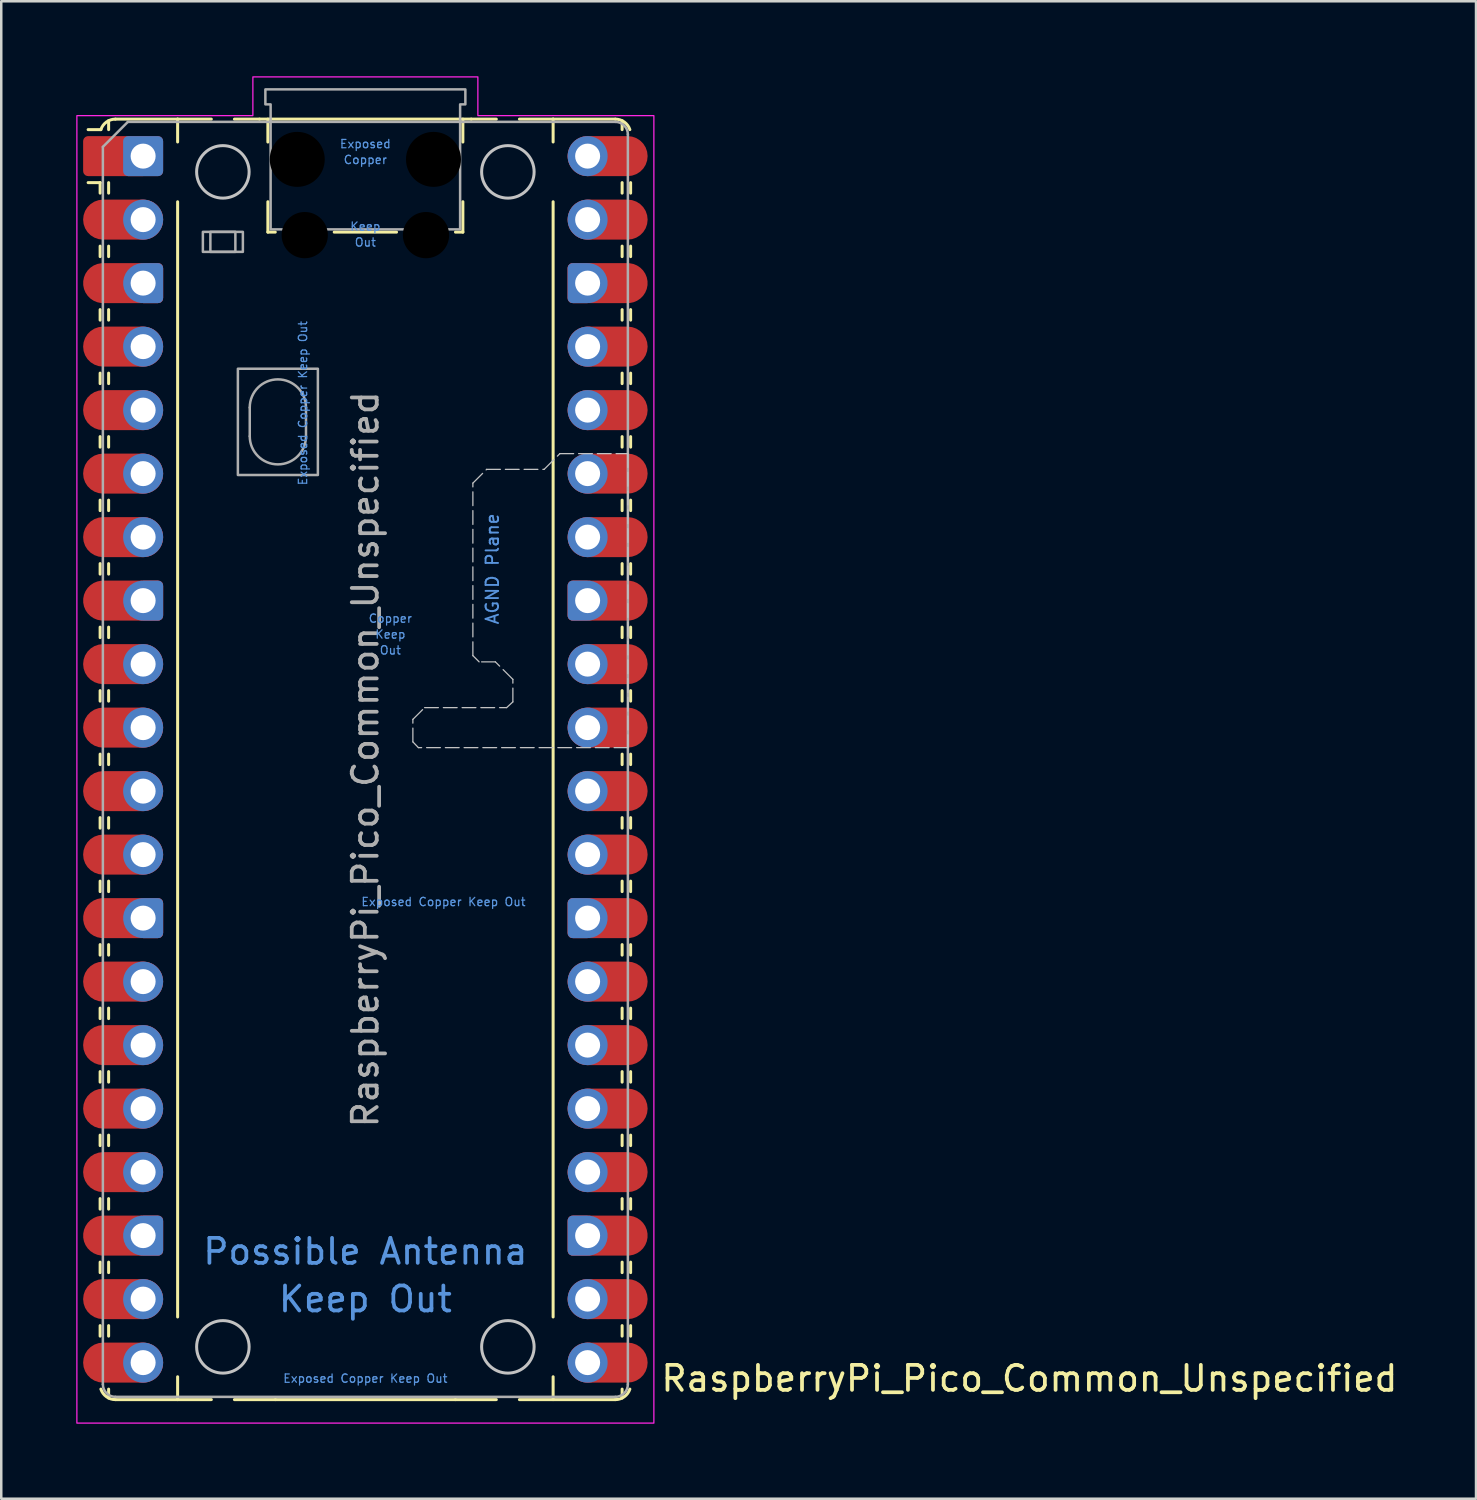
<source format=kicad_pcb>
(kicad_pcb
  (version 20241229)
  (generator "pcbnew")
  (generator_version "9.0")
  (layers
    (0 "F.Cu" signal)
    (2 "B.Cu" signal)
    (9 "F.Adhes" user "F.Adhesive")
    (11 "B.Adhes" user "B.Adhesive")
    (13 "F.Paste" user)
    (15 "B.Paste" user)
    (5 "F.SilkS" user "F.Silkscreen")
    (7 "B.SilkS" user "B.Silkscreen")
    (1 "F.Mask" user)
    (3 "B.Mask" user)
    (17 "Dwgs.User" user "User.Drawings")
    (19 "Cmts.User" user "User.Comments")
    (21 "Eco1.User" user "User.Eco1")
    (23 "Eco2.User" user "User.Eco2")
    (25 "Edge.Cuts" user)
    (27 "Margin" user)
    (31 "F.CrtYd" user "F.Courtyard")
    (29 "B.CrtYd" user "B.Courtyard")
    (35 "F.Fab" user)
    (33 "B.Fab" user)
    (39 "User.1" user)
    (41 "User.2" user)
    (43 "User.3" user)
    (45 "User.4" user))
  (footprint "RaspberryPi_Pico_Common_Unspecified"
    (layer "F.Cu")
    (at 11.565 27.325)
    (property "Reference" "RaspberryPi_Pico_Common_Unspecified" (at 11.748 24.765 0) (unlocked yes) (layer "F.SilkS") (effects (font (size 1 1) (thickness 0.15)) (justify left)))
    (attr through_hole)
    (fp_line (start -10.61 -23.07) (end -11.09 -23.07) (stroke (width 0.12) (type solid)) (layer "F.SilkS"))
    (fp_line (start -10.61 -23.07) (end -10.61 -22.65) (stroke (width 0.12) (type solid)) (layer "F.SilkS"))
    (fp_line (start -10.61 -20.53) (end -10.61 -20.11) (stroke (width 0.12) (type solid)) (layer "F.SilkS"))
    (fp_line (start -10.61 -17.99) (end -10.61 -17.57) (stroke (width 0.12) (type solid)) (layer "F.SilkS"))
    (fp_line (start -10.61 -15.45) (end -10.61 -15.03) (stroke (width 0.12) (type solid)) (layer "F.SilkS"))
    (fp_line (start -10.61 -12.91) (end -10.61 -12.49) (stroke (width 0.12) (type solid)) (layer "F.SilkS"))
    (fp_line (start -10.61 -10.37) (end -10.61 -9.95) (stroke (width 0.12) (type solid)) (layer "F.SilkS"))
    (fp_line (start -10.61 -7.83) (end -10.61 -7.41) (stroke (width 0.12) (type solid)) (layer "F.SilkS"))
    (fp_line (start -10.61 -5.29) (end -10.61 -4.87) (stroke (width 0.12) (type solid)) (layer "F.SilkS"))
    (fp_line (start -10.61 -2.75) (end -10.61 -2.33) (stroke (width 0.12) (type solid)) (layer "F.SilkS"))
    (fp_line (start -10.61 -0.21) (end -10.61 0.21) (stroke (width 0.12) (type solid)) (layer "F.SilkS"))
    (fp_line (start -10.61 2.33) (end -10.61 2.75) (stroke (width 0.12) (type solid)) (layer "F.SilkS"))
    (fp_line (start -10.61 4.87) (end -10.61 5.29) (stroke (width 0.12) (type solid)) (layer "F.SilkS"))
    (fp_line (start -10.61 7.41) (end -10.61 7.83) (stroke (width 0.12) (type solid)) (layer "F.SilkS"))
    (fp_line (start -10.61 9.95) (end -10.61 10.37) (stroke (width 0.12) (type solid)) (layer "F.SilkS"))
    (fp_line (start -10.61 12.49) (end -10.61 12.91) (stroke (width 0.12) (type solid)) (layer "F.SilkS"))
    (fp_line (start -10.61 15.03) (end -10.61 15.45) (stroke (width 0.12) (type solid)) (layer "F.SilkS"))
    (fp_line (start -10.61 17.57) (end -10.61 17.99) (stroke (width 0.12) (type solid)) (layer "F.SilkS"))
    (fp_line (start -10.61 20.11) (end -10.61 20.53) (stroke (width 0.12) (type solid)) (layer "F.SilkS"))
    (fp_line (start -10.61 22.65) (end -10.61 23.07) (stroke (width 0.12) (type solid)) (layer "F.SilkS"))
    (fp_line (start -10.58 -25.19) (end -11.09 -25.19) (stroke (width 0.12) (type solid)) (layer "F.SilkS"))
    (fp_line (start -10.27 -25.19) (end -10.27 -25.547) (stroke (width 0.12) (type solid)) (layer "F.SilkS"))
    (fp_line (start -10.27 -23.07) (end -10.27 -22.65) (stroke (width 0.12) (type solid)) (layer "F.SilkS"))
    (fp_line (start -10.27 -20.53) (end -10.27 -20.11) (stroke (width 0.12) (type solid)) (layer "F.SilkS"))
    (fp_line (start -10.27 -17.99) (end -10.27 -17.57) (stroke (width 0.12) (type solid)) (layer "F.SilkS"))
    (fp_line (start -10.27 -15.45) (end -10.27 -15.03) (stroke (width 0.12) (type solid)) (layer "F.SilkS"))
    (fp_line (start -10.27 -12.91) (end -10.27 -12.49) (stroke (width 0.12) (type solid)) (layer "F.SilkS"))
    (fp_line (start -10.27 -10.37) (end -10.27 -9.95) (stroke (width 0.12) (type solid)) (layer "F.SilkS"))
    (fp_line (start -10.27 -7.83) (end -10.27 -7.41) (stroke (width 0.12) (type solid)) (layer "F.SilkS"))
    (fp_line (start -10.27 -5.29) (end -10.27 -4.87) (stroke (width 0.12) (type solid)) (layer "F.SilkS"))
    (fp_line (start -10.27 -2.75) (end -10.27 -2.33) (stroke (width 0.12) (type solid)) (layer "F.SilkS"))
    (fp_line (start -10.27 -0.21) (end -10.27 0.21) (stroke (width 0.12) (type solid)) (layer "F.SilkS"))
    (fp_line (start -10.27 2.33) (end -10.27 2.75) (stroke (width 0.12) (type solid)) (layer "F.SilkS"))
    (fp_line (start -10.27 4.87) (end -10.27 5.29) (stroke (width 0.12) (type solid)) (layer "F.SilkS"))
    (fp_line (start -10.27 7.41) (end -10.27 7.83) (stroke (width 0.12) (type solid)) (layer "F.SilkS"))
    (fp_line (start -10.27 9.95) (end -10.27 10.37) (stroke (width 0.12) (type solid)) (layer "F.SilkS"))
    (fp_line (start -10.27 12.49) (end -10.27 12.91) (stroke (width 0.12) (type solid)) (layer "F.SilkS"))
    (fp_line (start -10.27 15.03) (end -10.27 15.45) (stroke (width 0.12) (type solid)) (layer "F.SilkS"))
    (fp_line (start -10.27 17.57) (end -10.27 17.99) (stroke (width 0.12) (type solid)) (layer "F.SilkS"))
    (fp_line (start -10.27 20.11) (end -10.27 20.53) (stroke (width 0.12) (type solid)) (layer "F.SilkS"))
    (fp_line (start -10.27 22.65) (end -10.27 23.07) (stroke (width 0.12) (type solid)) (layer "F.SilkS"))
    (fp_line (start -10.27 25.19) (end -10.27 25.547) (stroke (width 0.12) (type solid)) (layer "F.SilkS"))
    (fp_line (start -10 -25.61) (end -7.51 -25.61) (stroke (width 0.12) (type solid)) (layer "F.SilkS"))
    (fp_line (start -10 25.61) (end -6.162 25.61) (stroke (width 0.12) (type solid)) (layer "F.SilkS"))
    (fp_line (start -7.51 -25.61) (end -7.51 -24.696) (stroke (width 0.12) (type solid)) (layer "F.SilkS"))
    (fp_line (start -7.51 -25.61) (end -6.162 -25.61) (stroke (width 0.12) (type solid)) (layer "F.SilkS"))
    (fp_line (start -7.51 -22.304) (end -7.51 22.304) (stroke (width 0.12) (type solid)) (layer "F.SilkS"))
    (fp_line (start -7.51 24.696) (end -7.51 25.61) (stroke (width 0.12) (type solid)) (layer "F.SilkS"))
    (fp_line (start -5.238 -25.61) (end -4.235 -25.61) (stroke (width 0.12) (type solid)) (layer "F.SilkS"))
    (fp_line (start -4.235 -25.61) (end 4.235 -25.61) (stroke (width 0.12) (type solid)) (layer "F.SilkS"))
    (fp_line (start -3.9 -25.61) (end -3.9 -24.694) (stroke (width 0.12) (type solid)) (layer "F.SilkS"))
    (fp_line (start -3.9 -22.306) (end -3.9 -21.09) (stroke (width 0.12) (type solid)) (layer "F.SilkS"))
    (fp_line (start -3.9 -21.09) (end -3.604 -21.09) (stroke (width 0.12) (type solid)) (layer "F.SilkS"))
    (fp_line (start -3.6 25.61) (end -5.238 25.61) (stroke (width 0.12) (type solid)) (layer "F.SilkS"))
    (fp_line (start -1.246 -21.09) (end 1.246 -21.09) (stroke (width 0.12) (type solid)) (layer "F.SilkS"))
    (fp_line (start 3.6 25.61) (end -3.6 25.61) (stroke (width 0.12) (type solid)) (layer "F.SilkS"))
    (fp_line (start 3.604 -21.09) (end 3.9 -21.09) (stroke (width 0.12) (type solid)) (layer "F.SilkS"))
    (fp_line (start 3.9 -25.61) (end 3.9 -24.694) (stroke (width 0.12) (type solid)) (layer "F.SilkS"))
    (fp_line (start 3.9 -22.306) (end 3.9 -21.09) (stroke (width 0.12) (type solid)) (layer "F.SilkS"))
    (fp_line (start 4.235 -25.61) (end 5.238 -25.61) (stroke (width 0.12) (type solid)) (layer "F.SilkS"))
    (fp_line (start 5.238 25.61) (end 3.6 25.61) (stroke (width 0.12) (type solid)) (layer "F.SilkS"))
    (fp_line (start 6.162 -25.61) (end 7.51 -25.61) (stroke (width 0.12) (type solid)) (layer "F.SilkS"))
    (fp_line (start 6.162 25.61) (end 10 25.61) (stroke (width 0.12) (type solid)) (layer "F.SilkS"))
    (fp_line (start 7.51 -25.61) (end 7.51 -24.696) (stroke (width 0.12) (type solid)) (layer "F.SilkS"))
    (fp_line (start 7.51 -22.304) (end 7.51 22.304) (stroke (width 0.12) (type solid)) (layer "F.SilkS"))
    (fp_line (start 7.51 24.696) (end 7.51 25.61) (stroke (width 0.12) (type solid)) (layer "F.SilkS"))
    (fp_line (start 10 -25.61) (end 7.51 -25.61) (stroke (width 0.12) (type solid)) (layer "F.SilkS"))
    (fp_line (start 10.27 -25.19) (end 10.27 -25.547) (stroke (width 0.12) (type solid)) (layer "F.SilkS"))
    (fp_line (start 10.27 -23.07) (end 10.27 -22.65) (stroke (width 0.12) (type solid)) (layer "F.SilkS"))
    (fp_line (start 10.27 -20.53) (end 10.27 -20.11) (stroke (width 0.12) (type solid)) (layer "F.SilkS"))
    (fp_line (start 10.27 -17.99) (end 10.27 -17.57) (stroke (width 0.12) (type solid)) (layer "F.SilkS"))
    (fp_line (start 10.27 -15.45) (end 10.27 -15.03) (stroke (width 0.12) (type solid)) (layer "F.SilkS"))
    (fp_line (start 10.27 -12.91) (end 10.27 -12.49) (stroke (width 0.12) (type solid)) (layer "F.SilkS"))
    (fp_line (start 10.27 -10.37) (end 10.27 -9.95) (stroke (width 0.12) (type solid)) (layer "F.SilkS"))
    (fp_line (start 10.27 -7.83) (end 10.27 -7.41) (stroke (width 0.12) (type solid)) (layer "F.SilkS"))
    (fp_line (start 10.27 -5.29) (end 10.27 -4.87) (stroke (width 0.12) (type solid)) (layer "F.SilkS"))
    (fp_line (start 10.27 -2.75) (end 10.27 -2.33) (stroke (width 0.12) (type solid)) (layer "F.SilkS"))
    (fp_line (start 10.27 -0.21) (end 10.27 0.21) (stroke (width 0.12) (type solid)) (layer "F.SilkS"))
    (fp_line (start 10.27 2.33) (end 10.27 2.75) (stroke (width 0.12) (type solid)) (layer "F.SilkS"))
    (fp_line (start 10.27 4.87) (end 10.27 5.29) (stroke (width 0.12) (type solid)) (layer "F.SilkS"))
    (fp_line (start 10.27 7.41) (end 10.27 7.83) (stroke (width 0.12) (type solid)) (layer "F.SilkS"))
    (fp_line (start 10.27 9.95) (end 10.27 10.37) (stroke (width 0.12) (type solid)) (layer "F.SilkS"))
    (fp_line (start 10.27 12.49) (end 10.27 12.91) (stroke (width 0.12) (type solid)) (layer "F.SilkS"))
    (fp_line (start 10.27 15.03) (end 10.27 15.45) (stroke (width 0.12) (type solid)) (layer "F.SilkS"))
    (fp_line (start 10.27 17.57) (end 10.27 17.99) (stroke (width 0.12) (type solid)) (layer "F.SilkS"))
    (fp_line (start 10.27 20.11) (end 10.27 20.53) (stroke (width 0.12) (type solid)) (layer "F.SilkS"))
    (fp_line (start 10.27 22.65) (end 10.27 23.07) (stroke (width 0.12) (type solid)) (layer "F.SilkS"))
    (fp_line (start 10.27 25.19) (end 10.27 25.547) (stroke (width 0.12) (type solid)) (layer "F.SilkS"))
    (fp_line (start 10.61 -23.07) (end 10.61 -22.65) (stroke (width 0.12) (type solid)) (layer "F.SilkS"))
    (fp_line (start 10.61 -20.53) (end 10.61 -20.11) (stroke (width 0.12) (type solid)) (layer "F.SilkS"))
    (fp_line (start 10.61 -17.99) (end 10.61 -17.57) (stroke (width 0.12) (type solid)) (layer "F.SilkS"))
    (fp_line (start 10.61 -15.45) (end 10.61 -15.03) (stroke (width 0.12) (type solid)) (layer "F.SilkS"))
    (fp_line (start 10.61 -12.91) (end 10.61 -12.49) (stroke (width 0.12) (type solid)) (layer "F.SilkS"))
    (fp_line (start 10.61 -10.37) (end 10.61 -9.95) (stroke (width 0.12) (type solid)) (layer "F.SilkS"))
    (fp_line (start 10.61 -7.83) (end 10.61 -7.41) (stroke (width 0.12) (type solid)) (layer "F.SilkS"))
    (fp_line (start 10.61 -5.29) (end 10.61 -4.87) (stroke (width 0.12) (type solid)) (layer "F.SilkS"))
    (fp_line (start 10.61 -2.75) (end 10.61 -2.33) (stroke (width 0.12) (type solid)) (layer "F.SilkS"))
    (fp_line (start 10.61 -0.21) (end 10.61 0.21) (stroke (width 0.12) (type solid)) (layer "F.SilkS"))
    (fp_line (start 10.61 2.33) (end 10.61 2.75) (stroke (width 0.12) (type solid)) (layer "F.SilkS"))
    (fp_line (start 10.61 4.87) (end 10.61 5.29) (stroke (width 0.12) (type solid)) (layer "F.SilkS"))
    (fp_line (start 10.61 7.41) (end 10.61 7.83) (stroke (width 0.12) (type solid)) (layer "F.SilkS"))
    (fp_line (start 10.61 9.95) (end 10.61 10.37) (stroke (width 0.12) (type solid)) (layer "F.SilkS"))
    (fp_line (start 10.61 12.49) (end 10.61 12.91) (stroke (width 0.12) (type solid)) (layer "F.SilkS"))
    (fp_line (start 10.61 15.03) (end 10.61 15.45) (stroke (width 0.12) (type solid)) (layer "F.SilkS"))
    (fp_line (start 10.61 17.57) (end 10.61 17.99) (stroke (width 0.12) (type solid)) (layer "F.SilkS"))
    (fp_line (start 10.61 20.11) (end 10.61 20.53) (stroke (width 0.12) (type solid)) (layer "F.SilkS"))
    (fp_line (start 10.61 22.65) (end 10.61 23.07) (stroke (width 0.12) (type solid)) (layer "F.SilkS"))
    (fp_arc (start -10.579676 -25.19) (mid -10.357938 -25.493944) (end -10 -25.61) (stroke (width 0.12) (type solid)) (layer "F.SilkS"))
    (fp_arc (start -10 25.61) (mid -10.357937 25.493944) (end -10.579676 25.189937) (stroke (width 0.12) (type solid)) (layer "F.SilkS"))
    (fp_arc (start 10 -25.61) (mid 10.357937 -25.493944) (end 10.579676 -25.189937) (stroke (width 0.12) (type solid)) (layer "F.SilkS"))
    (fp_arc (start 10.579676 25.189937) (mid 10.357946 25.493957) (end 10 25.61) (stroke (width 0.12) (type solid)) (layer "F.SilkS"))
    (fp_circle (center -5.7 -23.5) (end -4.65 -23.5) (stroke (width 0.12) (type solid)) (fill no) (layer "Dwgs.User"))
    (fp_circle (center -5.7 23.5) (end -4.65 23.5) (stroke (width 0.12) (type solid)) (fill no) (layer "Dwgs.User"))
    (fp_circle (center 5.7 -23.5) (end 6.75 -23.5) (stroke (width 0.12) (type solid)) (fill no) (layer "Dwgs.User"))
    (fp_circle (center 5.7 23.5) (end 6.75 23.5) (stroke (width 0.12) (type solid)) (fill no) (layer "Dwgs.User"))
    (fp_poly (pts (xy 10.5 -0.47) (xy 2.12 -0.47) (xy 1.9 -0.7) (xy 1.9 -1.6) (xy 2.37 -2.07) (xy 5.65 -2.07) (xy 5.9 -2.3) (xy 5.9 -3.2) (xy 5.2 -3.9) (xy 4.55 -3.9) (xy 4.3 -4.15) (xy 4.3 -11.05) (xy 4.85 -11.6) (xy 7.15 -11.6) (xy 7.78 -12.23) (xy 10.5 -12.23)) (stroke (width 0.05) (type dash)) (fill no) (layer "Dwgs.User"))
    (fp_poly (pts (xy -4.5 -27.3) (xy 4.5 -27.3) (xy 4.5 -25.75) (xy 11.54 -25.75) (xy 11.54 26.55) (xy -11.54 26.55) (xy -11.54 -25.75) (xy -4.5 -25.75)) (stroke (width 0.05) (type solid)) (fill no) (layer "F.CrtYd"))
    (fp_line (start -10.5 -24.5) (end -9.5 -25.5) (stroke (width 0.1) (type solid)) (layer "F.Fab"))
    (fp_line (start -10.5 25) (end -10.5 -24.5) (stroke (width 0.1) (type solid)) (layer "F.Fab"))
    (fp_line (start -9.5 -25.5) (end 10 -25.5) (stroke (width 0.1) (type solid)) (layer "F.Fab"))
    (fp_line (start -4.625 -14.075) (end -4.625 -12.925) (stroke (width 0.1) (type solid)) (layer "F.Fab"))
    (fp_line (start -2.375 -14.075) (end -2.375 -12.925) (stroke (width 0.1) (type solid)) (layer "F.Fab"))
    (fp_line (start 10 25.5) (end -10 25.5) (stroke (width 0.1) (type solid)) (layer "F.Fab"))
    (fp_line (start 10.5 -25) (end 10.5 25) (stroke (width 0.1) (type solid)) (layer "F.Fab"))
    (fp_rect (start -6.5 -21.1) (end -4.9 -20.3) (stroke (width 0.1) (type solid)) (fill no) (layer "F.Fab"))
    (fp_rect (start -6.2 -21.1) (end -5.2 -20.3) (stroke (width 0.1) (type solid)) (fill no) (layer "F.Fab"))
    (fp_rect (start -5.1 -15.625) (end -1.9 -11.375) (stroke (width 0.1) (type solid)) (fill no) (layer "F.Fab"))
    (fp_arc (start -10 25.5) (mid -10.353553 25.353553) (end -10.5 25) (stroke (width 0.1) (type solid)) (layer "F.Fab"))
    (fp_arc (start -4.625 -14.075) (mid -3.5 -15.2) (end -2.375 -14.075) (stroke (width 0.1) (type solid)) (layer "F.Fab"))
    (fp_arc (start -2.375 -12.925) (mid -3.5 -11.8) (end -4.625 -12.925) (stroke (width 0.1) (type solid)) (layer "F.Fab"))
    (fp_arc (start 10 -25.5) (mid 10.353553 -25.353553) (end 10.5 -25) (stroke (width 0.1) (type solid)) (layer "F.Fab"))
    (fp_arc (start 10.5 25) (mid 10.353553 25.353553) (end 10 25.5) (stroke (width 0.1) (type solid)) (layer "F.Fab"))
    (fp_poly (pts (xy 3.79 -21.2) (xy 3.79 -26.2) (xy 4 -26.2) (xy 4 -26.8) (xy -4 -26.8) (xy -4 -26.2) (xy -3.79 -26.2) (xy -3.79 -21.2)) (stroke (width 0.1) (type solid)) (fill no) (layer "F.Fab"))
    (fp_text user "Keep Out" (at 0 21.59 0) (unlocked yes) (layer "Cmts.User") (effects (font (size 1 1) (thickness 0.15))))
    (fp_text user "Out" (at 1 -4.365 0) (unlocked yes) (layer "Cmts.User") (effects (font (size 0.333 0.333) (thickness 0.05))))
    (fp_text user "Copper" (at 0 -23.983 0) (unlocked yes) (layer "Cmts.User") (effects (font (size 0.333 0.333) (thickness 0.05))))
    (fp_text user "Exposed" (at 0 -24.617 0) (unlocked yes) (layer "Cmts.User") (effects (font (size 0.333 0.333) (thickness 0.05))))
    (fp_text user "Exposed Copper Keep Out" (at 3.124 5.7 0) (unlocked yes) (layer "Cmts.User") (effects (font (size 0.333 0.333) (thickness 0.05))))
    (fp_text user "Copper" (at 1 -5.635 0) (unlocked yes) (layer "Cmts.User") (effects (font (size 0.333 0.333) (thickness 0.05))))
    (fp_text user "Keep" (at 0 -21.317 0) (unlocked yes) (layer "Cmts.User") (effects (font (size 0.333 0.333) (thickness 0.05))))
    (fp_text user "Exposed Copper Keep Out" (at -2.5 -14.25 90) (unlocked yes) (layer "Cmts.User") (effects (font (size 0.333 0.333) (thickness 0.05))))
    (fp_text user "Out" (at 0 -20.683 0) (unlocked yes) (layer "Cmts.User") (effects (font (size 0.333 0.333) (thickness 0.05))))
    (fp_text user "Exposed Copper Keep Out" (at 0 24.765 0) (unlocked yes) (layer "Cmts.User") (effects (font (size 0.333 0.333) (thickness 0.05))))
    (fp_text user "Possible Antenna" (at 0 19.685 0) (unlocked yes) (layer "Cmts.User") (effects (font (size 1 1) (thickness 0.15))))
    (fp_text user "Keep" (at 1 -5 0) (unlocked yes) (layer "Cmts.User") (effects (font (size 0.333 0.333) (thickness 0.05))))
    (fp_text user "AGND Plane" (at 5.08 -7.62 90) (unlocked yes) (layer "Cmts.User") (effects (font (size 0.5 0.5) (thickness 0.075))))
    (fp_text user "${REFERENCE}" (at 0 0 90) (layer "F.Fab") (effects (font (size 1 1) (thickness 0.15))))
    (pad "" np_thru_hole circle (at -2.725 -24) (size 2.2 2.2) (drill 2.2) (layers "*.Mask"))
    (pad "" np_thru_hole circle (at -2.425 -20.97) (size 1.85 1.85) (drill 1.85) (layers "*.Mask"))
    (pad "" np_thru_hole circle (at 2.425 -20.97) (size 1.85 1.85) (drill 1.85) (layers "*.Mask"))
    (pad "" np_thru_hole circle (at 2.725 -24) (size 2.2 2.2) (drill 2.2) (layers "*.Mask"))
    (pad "1" smd custom (at -9.69 -24.13) (size 1.6 0.8) (layers "F.Cu" "F.Mask") (options (anchor rect)) (primitives (gr_circle (center 0.8 0) (end 1.6 0) (width 0) (fill yes)) (gr_poly (pts (xy -1.6 -0.6) (xy -1.6 0.6) (xy -1.4 0.8) (xy 0.8 0.8) (xy 0.8 -0.8) (xy -1.4 -0.8)) (width 0) (fill yes)) (gr_circle (center -1.4 -0.6) (end -1.2 -0.6) (width 0) (fill yes)) (gr_circle (center -1.4 0.6) (end -1.2 0.6) (width 0) (fill yes))))
    (pad "1" thru_hole roundrect (at -8.89 -24.13) (size 1.6 1.6) (drill 1) (layers "*.Cu" "*.Mask") (roundrect_rratio 0.125))
    (pad "2" smd roundrect (at -9.69 -21.59) (size 3.2 1.6) (layers "F.Cu" "F.Mask") (roundrect_rratio 0.5))
    (pad "2" thru_hole circle (at -8.89 -21.59) (size 1.6 1.6) (drill 1) (layers "*.Cu" "*.Mask"))
    (pad "3" smd custom (at -9.69 -19.05) (size 1.6 0.8) (layers "F.Cu" "F.Mask") (options (anchor rect)) (primitives (gr_circle (center -0.8 0) (end 0 0) (width 0) (fill yes)) (gr_poly (pts (xy 1.6 -0.6) (xy 1.6 0.6) (xy 1.4 0.8) (xy -0.8 0.8) (xy -0.8 -0.8) (xy 1.4 -0.8)) (width 0) (fill yes)) (gr_circle (center 1.4 -0.6) (end 1.6 -0.6) (width 0) (fill yes)) (gr_circle (center 1.4 0.6) (end 1.6 0.6) (width 0) (fill yes))))
    (pad "3" thru_hole custom (at -8.89 -19.05) (size 1.6 1.6) (drill 1) (layers "*.Cu" "*.Mask") (options (anchor circle)) (primitives (gr_poly (pts (xy 0.8 0.6) (xy 0.8 -0.6) (xy 0.6 -0.8) (xy 0 -0.8) (xy 0 0.8) (xy 0.6 0.8)) (width 0) (fill yes)) (gr_circle (center 0.6 0.6) (end 0.8 0.6) (width 0) (fill yes)) (gr_circle (center 0.6 -0.6) (end 0.8 -0.6) (width 0) (fill yes))))
    (pad "4" smd roundrect (at -9.69 -16.51) (size 3.2 1.6) (layers "F.Cu" "F.Mask") (roundrect_rratio 0.5))
    (pad "4" thru_hole circle (at -8.89 -16.51) (size 1.6 1.6) (drill 1) (layers "*.Cu" "*.Mask"))
    (pad "5" smd roundrect (at -9.69 -13.97) (size 3.2 1.6) (layers "F.Cu" "F.Mask") (roundrect_rratio 0.5))
    (pad "5" thru_hole circle (at -8.89 -13.97) (size 1.6 1.6) (drill 1) (layers "*.Cu" "*.Mask"))
    (pad "6" smd roundrect (at -9.69 -11.43) (size 3.2 1.6) (layers "F.Cu" "F.Mask") (roundrect_rratio 0.5))
    (pad "6" thru_hole circle (at -8.89 -11.43) (size 1.6 1.6) (drill 1) (layers "*.Cu" "*.Mask"))
    (pad "7" smd roundrect (at -9.69 -8.89) (size 3.2 1.6) (layers "F.Cu" "F.Mask") (roundrect_rratio 0.5))
    (pad "7" thru_hole circle (at -8.89 -8.89) (size 1.6 1.6) (drill 1) (layers "*.Cu" "*.Mask"))
    (pad "8" smd custom (at -9.69 -6.35) (size 1.6 0.8) (layers "F.Cu" "F.Mask") (options (anchor rect)) (primitives (gr_circle (center -0.8 0) (end 0 0) (width 0) (fill yes)) (gr_poly (pts (xy 1.6 -0.6) (xy 1.6 0.6) (xy 1.4 0.8) (xy -0.8 0.8) (xy -0.8 -0.8) (xy 1.4 -0.8)) (width 0) (fill yes)) (gr_circle (center 1.4 -0.6) (end 1.6 -0.6) (width 0) (fill yes)) (gr_circle (center 1.4 0.6) (end 1.6 0.6) (width 0) (fill yes))))
    (pad "8" thru_hole custom (at -8.89 -6.35) (size 1.6 1.6) (drill 1) (layers "*.Cu" "*.Mask") (options (anchor circle)) (primitives (gr_poly (pts (xy 0.8 0.6) (xy 0.8 -0.6) (xy 0.6 -0.8) (xy 0 -0.8) (xy 0 0.8) (xy 0.6 0.8)) (width 0) (fill yes)) (gr_circle (center 0.6 0.6) (end 0.8 0.6) (width 0) (fill yes)) (gr_circle (center 0.6 -0.6) (end 0.8 -0.6) (width 0) (fill yes))))
    (pad "9" smd roundrect (at -9.69 -3.81) (size 3.2 1.6) (layers "F.Cu" "F.Mask") (roundrect_rratio 0.5))
    (pad "9" thru_hole circle (at -8.89 -3.81) (size 1.6 1.6) (drill 1) (layers "*.Cu" "*.Mask"))
    (pad "10" smd roundrect (at -9.69 -1.27) (size 3.2 1.6) (layers "F.Cu" "F.Mask") (roundrect_rratio 0.5))
    (pad "10" thru_hole circle (at -8.89 -1.27) (size 1.6 1.6) (drill 1) (layers "*.Cu" "*.Mask"))
    (pad "11" smd roundrect (at -9.69 1.27) (size 3.2 1.6) (layers "F.Cu" "F.Mask") (roundrect_rratio 0.5))
    (pad "11" thru_hole circle (at -8.89 1.27) (size 1.6 1.6) (drill 1) (layers "*.Cu" "*.Mask"))
    (pad "12" smd roundrect (at -9.69 3.81) (size 3.2 1.6) (layers "F.Cu" "F.Mask") (roundrect_rratio 0.5))
    (pad "12" thru_hole circle (at -8.89 3.81) (size 1.6 1.6) (drill 1) (layers "*.Cu" "*.Mask"))
    (pad "13" smd custom (at -9.69 6.35) (size 1.6 0.8) (layers "F.Cu" "F.Mask") (options (anchor rect)) (primitives (gr_circle (center -0.8 0) (end 0 0) (width 0) (fill yes)) (gr_poly (pts (xy 1.6 -0.6) (xy 1.6 0.6) (xy 1.4 0.8) (xy -0.8 0.8) (xy -0.8 -0.8) (xy 1.4 -0.8)) (width 0) (fill yes)) (gr_circle (center 1.4 -0.6) (end 1.6 -0.6) (width 0) (fill yes)) (gr_circle (center 1.4 0.6) (end 1.6 0.6) (width 0) (fill yes))))
    (pad "13" thru_hole custom (at -8.89 6.35) (size 1.6 1.6) (drill 1) (layers "*.Cu" "*.Mask") (options (anchor circle)) (primitives (gr_poly (pts (xy 0.8 0.6) (xy 0.8 -0.6) (xy 0.6 -0.8) (xy 0 -0.8) (xy 0 0.8) (xy 0.6 0.8)) (width 0) (fill yes)) (gr_circle (center 0.6 0.6) (end 0.8 0.6) (width 0) (fill yes)) (gr_circle (center 0.6 -0.6) (end 0.8 -0.6) (width 0) (fill yes))))
    (pad "14" smd roundrect (at -9.69 8.89) (size 3.2 1.6) (layers "F.Cu" "F.Mask") (roundrect_rratio 0.5))
    (pad "14" thru_hole circle (at -8.89 8.89) (size 1.6 1.6) (drill 1) (layers "*.Cu" "*.Mask"))
    (pad "15" smd roundrect (at -9.69 11.43) (size 3.2 1.6) (layers "F.Cu" "F.Mask") (roundrect_rratio 0.5))
    (pad "15" thru_hole circle (at -8.89 11.43) (size 1.6 1.6) (drill 1) (layers "*.Cu" "*.Mask"))
    (pad "16" smd roundrect (at -9.69 13.97) (size 3.2 1.6) (layers "F.Cu" "F.Mask") (roundrect_rratio 0.5))
    (pad "16" thru_hole circle (at -8.89 13.97) (size 1.6 1.6) (drill 1) (layers "*.Cu" "*.Mask"))
    (pad "17" smd roundrect (at -9.69 16.51) (size 3.2 1.6) (layers "F.Cu" "F.Mask") (roundrect_rratio 0.5))
    (pad "17" thru_hole circle (at -8.89 16.51) (size 1.6 1.6) (drill 1) (layers "*.Cu" "*.Mask"))
    (pad "18" smd custom (at -9.69 19.05) (size 1.6 0.8) (layers "F.Cu" "F.Mask") (options (anchor rect)) (primitives (gr_circle (center -0.8 0) (end 0 0) (width 0) (fill yes)) (gr_poly (pts (xy 1.6 -0.6) (xy 1.6 0.6) (xy 1.4 0.8) (xy -0.8 0.8) (xy -0.8 -0.8) (xy 1.4 -0.8)) (width 0) (fill yes)) (gr_circle (center 1.4 -0.6) (end 1.6 -0.6) (width 0) (fill yes)) (gr_circle (center 1.4 0.6) (end 1.6 0.6) (width 0) (fill yes))))
    (pad "18" thru_hole custom (at -8.89 19.05) (size 1.6 1.6) (drill 1) (layers "*.Cu" "*.Mask") (options (anchor circle)) (primitives (gr_poly (pts (xy 0.8 0.6) (xy 0.8 -0.6) (xy 0.6 -0.8) (xy 0 -0.8) (xy 0 0.8) (xy 0.6 0.8)) (width 0) (fill yes)) (gr_circle (center 0.6 0.6) (end 0.8 0.6) (width 0) (fill yes)) (gr_circle (center 0.6 -0.6) (end 0.8 -0.6) (width 0) (fill yes))))
    (pad "19" smd roundrect (at -9.69 21.59) (size 3.2 1.6) (layers "F.Cu" "F.Mask") (roundrect_rratio 0.5))
    (pad "19" thru_hole circle (at -8.89 21.59) (size 1.6 1.6) (drill 1) (layers "*.Cu" "*.Mask"))
    (pad "20" smd roundrect (at -9.69 24.13) (size 3.2 1.6) (layers "F.Cu" "F.Mask") (roundrect_rratio 0.5))
    (pad "20" thru_hole circle (at -8.89 24.13) (size 1.6 1.6) (drill 1) (layers "*.Cu" "*.Mask"))
    (pad "21" thru_hole circle (at 8.89 24.13) (size 1.6 1.6) (drill 1) (layers "*.Cu" "*.Mask"))
    (pad "21" smd roundrect (at 9.69 24.13) (size 3.2 1.6) (layers "F.Cu" "F.Mask") (roundrect_rratio 0.5))
    (pad "22" thru_hole circle (at 8.89 21.59) (size 1.6 1.6) (drill 1) (layers "*.Cu" "*.Mask"))
    (pad "22" smd roundrect (at 9.69 21.59) (size 3.2 1.6) (layers "F.Cu" "F.Mask") (roundrect_rratio 0.5))
    (pad "23" thru_hole custom (at 8.89 19.05) (size 1.6 1.6) (drill 1) (layers "*.Cu" "*.Mask") (options (anchor circle)) (primitives (gr_poly (pts (xy -0.8 0.6) (xy -0.8 -0.6) (xy -0.6 -0.8) (xy 0 -0.8) (xy 0 0.8) (xy -0.6 0.8)) (width 0) (fill yes)) (gr_circle (center -0.6 0.6) (end -0.4 0.6) (width 0) (fill yes)) (gr_circle (center -0.6 -0.6) (end -0.4 -0.6) (width 0) (fill yes))))
    (pad "23" smd custom (at 9.69 19.05) (size 1.6 0.8) (layers "F.Cu" "F.Mask") (options (anchor rect)) (primitives (gr_circle (center 0.8 0) (end 1.6 0) (width 0) (fill yes)) (gr_poly (pts (xy -1.6 -0.6) (xy -1.6 0.6) (xy -1.4 0.8) (xy 0.8 0.8) (xy 0.8 -0.8) (xy -1.4 -0.8)) (width 0) (fill yes)) (gr_circle (center -1.4 -0.6) (end -1.2 -0.6) (width 0) (fill yes)) (gr_circle (center -1.4 0.6) (end -1.2 0.6) (width 0) (fill yes))))
    (pad "24" thru_hole circle (at 8.89 16.51) (size 1.6 1.6) (drill 1) (layers "*.Cu" "*.Mask"))
    (pad "24" smd roundrect (at 9.69 16.51) (size 3.2 1.6) (layers "F.Cu" "F.Mask") (roundrect_rratio 0.5))
    (pad "25" thru_hole circle (at 8.89 13.97) (size 1.6 1.6) (drill 1) (layers "*.Cu" "*.Mask"))
    (pad "25" smd roundrect (at 9.69 13.97) (size 3.2 1.6) (layers "F.Cu" "F.Mask") (roundrect_rratio 0.5))
    (pad "26" thru_hole circle (at 8.89 11.43) (size 1.6 1.6) (drill 1) (layers "*.Cu" "*.Mask"))
    (pad "26" smd roundrect (at 9.69 11.43) (size 3.2 1.6) (layers "F.Cu" "F.Mask") (roundrect_rratio 0.5))
    (pad "27" thru_hole circle (at 8.89 8.89) (size 1.6 1.6) (drill 1) (layers "*.Cu" "*.Mask"))
    (pad "27" smd roundrect (at 9.69 8.89) (size 3.2 1.6) (layers "F.Cu" "F.Mask") (roundrect_rratio 0.5))
    (pad "28" thru_hole custom (at 8.89 6.35) (size 1.6 1.6) (drill 1) (layers "*.Cu" "*.Mask") (options (anchor circle)) (primitives (gr_poly (pts (xy -0.8 0.6) (xy -0.8 -0.6) (xy -0.6 -0.8) (xy 0 -0.8) (xy 0 0.8) (xy -0.6 0.8)) (width 0) (fill yes)) (gr_circle (center -0.6 0.6) (end -0.4 0.6) (width 0) (fill yes)) (gr_circle (center -0.6 -0.6) (end -0.4 -0.6) (width 0) (fill yes))))
    (pad "28" smd custom (at 9.69 6.35) (size 1.6 0.8) (layers "F.Cu" "F.Mask") (options (anchor rect)) (primitives (gr_circle (center 0.8 0) (end 1.6 0) (width 0) (fill yes)) (gr_poly (pts (xy -1.6 -0.6) (xy -1.6 0.6) (xy -1.4 0.8) (xy 0.8 0.8) (xy 0.8 -0.8) (xy -1.4 -0.8)) (width 0) (fill yes)) (gr_circle (center -1.4 -0.6) (end -1.2 -0.6) (width 0) (fill yes)) (gr_circle (center -1.4 0.6) (end -1.2 0.6) (width 0) (fill yes))))
    (pad "29" thru_hole circle (at 8.89 3.81) (size 1.6 1.6) (drill 1) (layers "*.Cu" "*.Mask"))
    (pad "29" smd roundrect (at 9.69 3.81) (size 3.2 1.6) (layers "F.Cu" "F.Mask") (roundrect_rratio 0.5))
    (pad "30" thru_hole circle (at 8.89 1.27) (size 1.6 1.6) (drill 1) (layers "*.Cu" "*.Mask"))
    (pad "30" smd roundrect (at 9.69 1.27) (size 3.2 1.6) (layers "F.Cu" "F.Mask") (roundrect_rratio 0.5))
    (pad "31" thru_hole circle (at 8.89 -1.27) (size 1.6 1.6) (drill 1) (layers "*.Cu" "*.Mask"))
    (pad "31" smd roundrect (at 9.69 -1.27) (size 3.2 1.6) (layers "F.Cu" "F.Mask") (roundrect_rratio 0.5))
    (pad "32" thru_hole circle (at 8.89 -3.81) (size 1.6 1.6) (drill 1) (layers "*.Cu" "*.Mask"))
    (pad "32" smd roundrect (at 9.69 -3.81) (size 3.2 1.6) (layers "F.Cu" "F.Mask") (roundrect_rratio 0.5))
    (pad "33" thru_hole custom (at 8.89 -6.35) (size 1.6 1.6) (drill 1) (layers "*.Cu" "*.Mask") (options (anchor circle)) (primitives (gr_poly (pts (xy -0.8 0.6) (xy -0.8 -0.6) (xy -0.6 -0.8) (xy 0 -0.8) (xy 0 0.8) (xy -0.6 0.8)) (width 0) (fill yes)) (gr_circle (center -0.6 0.6) (end -0.4 0.6) (width 0) (fill yes)) (gr_circle (center -0.6 -0.6) (end -0.4 -0.6) (width 0) (fill yes))))
    (pad "33" smd custom (at 9.69 -6.35) (size 1.6 0.8) (layers "F.Cu" "F.Mask") (options (anchor rect)) (primitives (gr_circle (center 0.8 0) (end 1.6 0) (width 0) (fill yes)) (gr_poly (pts (xy -1.6 -0.6) (xy -1.6 0.6) (xy -1.4 0.8) (xy 0.8 0.8) (xy 0.8 -0.8) (xy -1.4 -0.8)) (width 0) (fill yes)) (gr_circle (center -1.4 -0.6) (end -1.2 -0.6) (width 0) (fill yes)) (gr_circle (center -1.4 0.6) (end -1.2 0.6) (width 0) (fill yes))))
    (pad "34" thru_hole circle (at 8.89 -8.89) (size 1.6 1.6) (drill 1) (layers "*.Cu" "*.Mask"))
    (pad "34" smd roundrect (at 9.69 -8.89) (size 3.2 1.6) (layers "F.Cu" "F.Mask") (roundrect_rratio 0.5))
    (pad "35" thru_hole circle (at 8.89 -11.43) (size 1.6 1.6) (drill 1) (layers "*.Cu" "*.Mask"))
    (pad "35" smd roundrect (at 9.69 -11.43) (size 3.2 1.6) (layers "F.Cu" "F.Mask") (roundrect_rratio 0.5))
    (pad "36" thru_hole circle (at 8.89 -13.97) (size 1.6 1.6) (drill 1) (layers "*.Cu" "*.Mask"))
    (pad "36" smd roundrect (at 9.69 -13.97) (size 3.2 1.6) (layers "F.Cu" "F.Mask") (roundrect_rratio 0.5))
    (pad "37" thru_hole circle (at 8.89 -16.51) (size 1.6 1.6) (drill 1) (layers "*.Cu" "*.Mask"))
    (pad "37" smd roundrect (at 9.69 -16.51) (size 3.2 1.6) (layers "F.Cu" "F.Mask") (roundrect_rratio 0.5))
    (pad "38" thru_hole custom (at 8.89 -19.05) (size 1.6 1.6) (drill 1) (layers "*.Cu" "*.Mask") (options (anchor circle)) (primitives (gr_poly (pts (xy -0.8 0.6) (xy -0.8 -0.6) (xy -0.6 -0.8) (xy 0 -0.8) (xy 0 0.8) (xy -0.6 0.8)) (width 0) (fill yes)) (gr_circle (center -0.6 0.6) (end -0.4 0.6) (width 0) (fill yes)) (gr_circle (center -0.6 -0.6) (end -0.4 -0.6) (width 0) (fill yes))))
    (pad "38" smd custom (at 9.69 -19.05) (size 1.6 0.8) (layers "F.Cu" "F.Mask") (options (anchor rect)) (primitives (gr_circle (center 0.8 0) (end 1.6 0) (width 0) (fill yes)) (gr_poly (pts (xy -1.6 -0.6) (xy -1.6 0.6) (xy -1.4 0.8) (xy 0.8 0.8) (xy 0.8 -0.8) (xy -1.4 -0.8)) (width 0) (fill yes)) (gr_circle (center -1.4 -0.6) (end -1.2 -0.6) (width 0) (fill yes)) (gr_circle (center -1.4 0.6) (end -1.2 0.6) (width 0) (fill yes))))
    (pad "39" thru_hole circle (at 8.89 -21.59) (size 1.6 1.6) (drill 1) (layers "*.Cu" "*.Mask"))
    (pad "39" smd roundrect (at 9.69 -21.59) (size 3.2 1.6) (layers "F.Cu" "F.Mask") (roundrect_rratio 0.5))
    (pad "40" thru_hole circle (at 8.89 -24.13) (size 1.6 1.6) (drill 1) (layers "*.Cu" "*.Mask"))
    (pad "40" smd roundrect (at 9.69 -24.13) (size 3.2 1.6) (layers "F.Cu" "F.Mask") (roundrect_rratio 0.5))
    (zone (net_name "") (layers "F.Cu" "B.Cu" "F.Paste" "B.Paste") (name "Antenna Copper Keep Out") (hatch full 0.5) (connect_pads) (min_thickness 0.254) (filled_areas_thickness no) (keepout (tracks not_allowed) (vias not_allowed) (pads not_allowed) (copperpour not_allowed) (footprints allowed)) (placement (enabled no)) (fill) (polygon (pts (xy 9.165 52.315) (xy 4.465 48.665) (xy 4.465 44.325) (xy 18.665 44.325) (xy 18.665 48.665) (xy 13.965 52.315) (xy 13.965 53.325) (xy 9.165 53.325))))
    (zone (net_name "") (layers "F.Cu" "F.Paste") (name "Pad Keep Out D1-W") (hatch full 0.5) (connect_pads) (min_thickness 0.25) (filled_areas_thickness no) (keepout (tracks not_allowed) (vias not_allowed) (pads not_allowed) (copperpour not_allowed) (footprints allowed)) (placement (enabled no)) (fill) (polygon (pts (xy 11.194 32.125) (xy 11.249 32.07) (xy 11.322 32.04) (xy 11.362 32.038) (xy 12.149 32.038) (xy 12.149 34.012) (xy 11.362 34.012) (xy 11.322 34.01) (xy 11.249 33.98) (xy 11.194 33.925) (xy 11.164 33.852) (xy 11.162 33.812) (xy 11.162 32.238) (xy 11.164 32.198))))
    (zone (net_name "") (layers "F.Cu" "F.Paste") (name "Pad Keep Out D1-W") (hatch full 0.5) (connect_pads) (min_thickness 0.25) (filled_areas_thickness no) (keepout (tracks not_allowed) (vias not_allowed) (pads not_allowed) (copperpour not_allowed) (footprints allowed)) (placement (enabled no)) (fill) (polygon (pts (xy 12.937 34.012) (xy 12.149 34.012) (xy 12.149 32.038) (xy 12.937 32.038) (xy 12.976 32.04) (xy 13.049 32.07) (xy 13.104 32.125) (xy 13.135 32.198) (xy 13.136 32.238) (xy 13.136 33.812) (xy 13.135 33.852) (xy 13.104 33.925) (xy 13.049 33.98) (xy 12.976 34.01))))
    (zone (net_name "") (layers "F.Cu" "F.Paste") (name "Pad Keep Out TP6") (hatch full 0.5) (connect_pads) (min_thickness 0.25) (filled_areas_thickness no) (keepout (tracks not_allowed) (vias not_allowed) (pads not_allowed) (copperpour not_allowed) (footprints allowed)) (placement (enabled no)) (fill) (polygon (pts (xy 8.549 17.273) (xy 8.423 17.239) (xy 8.309 17.173) (xy 8.217 17.081) (xy 8.151 16.967) (xy 8.117 16.841) (xy 8.115 16.775) (xy 8.115 13.075) (xy 10.015 13.075) (xy 10.015 16.775) (xy 10.013 16.841) (xy 9.979 16.967) (xy 9.913 17.081) (xy 9.821 17.173) (xy 9.707 17.239) (xy 9.581 17.273) (xy 9.515 17.275) (xy 8.615 17.275))))
    (zone (net_name "") (layers "F.Cu" "F.Paste") (name "Pad Keep Out TP3") (hatch full 0.5) (connect_pads) (min_thickness 0.25) (filled_areas_thickness no) (keepout (tracks not_allowed) (vias not_allowed) (pads not_allowed) (copperpour not_allowed) (footprints allowed)) (placement (enabled no)) (fill) (polygon (pts (xy 9.617 2.509) (xy 9.651 2.383) (xy 9.717 2.269) (xy 9.809 2.177) (xy 9.923 2.111) (xy 10.049 2.077) (xy 10.115 2.075) (xy 10.565 2.075) (xy 10.565 3.975) (xy 10.115 3.975) (xy 10.049 3.973) (xy 9.923 3.939) (xy 9.809 3.873) (xy 9.717 3.781) (xy 9.651 3.667) (xy 9.617 3.541) (xy 9.615 3.475) (xy 9.615 2.575))))
    (zone (net_name "") (layers "F.Cu" "F.Paste") (name "Pad Keep Out TP4") (hatch full 0.5) (connect_pads) (min_thickness 0.25) (filled_areas_thickness no) (keepout (tracks not_allowed) (vias not_allowed) (pads not_allowed) (copperpour not_allowed) (footprints allowed)) (placement (enabled no)) (fill) (polygon (pts (xy 10.015 13.075) (xy 10.015 9.375) (xy 10.013 9.309) (xy 9.979 9.183) (xy 9.913 9.069) (xy 9.821 8.977) (xy 9.707 8.911) (xy 9.581 8.877) (xy 9.515 8.875) (xy 8.615 8.875) (xy 8.549 8.877) (xy 8.423 8.911) (xy 8.309 8.977) (xy 8.217 9.069) (xy 8.151 9.183) (xy 8.117 9.309) (xy 8.115 9.375) (xy 8.115 13.075))))
    (zone (net_name "") (layers "F.Cu" "F.Paste") (name "Pad Keep Out TP3") (hatch full 0.5) (connect_pads) (min_thickness 0.25) (filled_areas_thickness no) (keepout (tracks not_allowed) (vias not_allowed) (pads not_allowed) (copperpour not_allowed) (footprints allowed)) (placement (enabled no)) (fill) (polygon (pts (xy 10.565 3.975) (xy 11.015 3.975) (xy 11.081 3.973) (xy 11.207 3.939) (xy 11.321 3.873) (xy 11.413 3.781) (xy 11.479 3.667) (xy 11.513 3.541) (xy 11.515 3.475) (xy 11.515 2.575) (xy 11.513 2.509) (xy 11.479 2.383) (xy 11.413 2.269) (xy 11.321 2.177) (xy 11.207 2.111) (xy 11.081 2.077) (xy 11.015 2.075) (xy 10.565 2.075))))
    (zone (net_name "") (layers "F.Cu" "F.Paste") (name "Pad Keep Out TP1") (hatch full 0.5) (connect_pads) (min_thickness 0.25) (filled_areas_thickness no) (keepout (tracks not_allowed) (vias not_allowed) (pads not_allowed) (copperpour not_allowed) (footprints allowed)) (placement (enabled no)) (fill) (polygon (pts (xy 10.617 5.809) (xy 10.651 5.683) (xy 10.717 5.569) (xy 10.809 5.477) (xy 10.923 5.411) (xy 11.049 5.377) (xy 11.115 5.375) (xy 11.565 5.375) (xy 11.565 7.275) (xy 11.115 7.275) (xy 11.049 7.273) (xy 10.923 7.239) (xy 10.809 7.173) (xy 10.717 7.081) (xy 10.651 6.967) (xy 10.617 6.841) (xy 10.615 6.775) (xy 10.615 5.875))))
    (zone (net_name "") (layers "F.Cu" "F.Paste") (name "Pad Keep Out TP1") (hatch full 0.5) (connect_pads) (min_thickness 0.25) (filled_areas_thickness no) (keepout (tracks not_allowed) (vias not_allowed) (pads not_allowed) (copperpour not_allowed) (footprints allowed)) (placement (enabled no)) (fill) (polygon (pts (xy 11.565 7.275) (xy 12.015 7.275) (xy 12.081 7.273) (xy 12.207 7.239) (xy 12.321 7.173) (xy 12.413 7.081) (xy 12.479 6.967) (xy 12.513 6.841) (xy 12.515 6.775) (xy 12.515 5.875) (xy 12.513 5.809) (xy 12.479 5.683) (xy 12.413 5.569) (xy 12.321 5.477) (xy 12.207 5.411) (xy 12.081 5.377) (xy 12.015 5.375) (xy 11.565 5.375))))
    (zone (net_name "") (layers "F.Cu" "F.Paste") (name "Pad Keep Out TP2") (hatch full 0.5) (connect_pads) (min_thickness 0.25) (filled_areas_thickness no) (keepout (tracks not_allowed) (vias not_allowed) (pads not_allowed) (copperpour not_allowed) (footprints allowed)) (placement (enabled no)) (fill) (polygon (pts (xy 11.617 2.524) (xy 11.651 2.398) (xy 11.717 2.284) (xy 11.809 2.192) (xy 11.923 2.126) (xy 12.049 2.092) (xy 12.115 2.09) (xy 12.565 2.09) (xy 12.565 3.99) (xy 12.115 3.99) (xy 12.049 3.988) (xy 11.923 3.954) (xy 11.809 3.888) (xy 11.717 3.796) (xy 11.651 3.682) (xy 11.617 3.556) (xy 11.615 3.49) (xy 11.615 2.59))))
    (zone (net_name "") (layers "F.Cu" "F.Paste") (name "Pad Keep Out TP7") (hatch full 0.5) (connect_pads) (min_thickness 0.25) (filled_areas_thickness no) (keepout (tracks not_allowed) (vias not_allowed) (pads not_allowed) (copperpour not_allowed) (footprints allowed)) (placement (enabled no)) (fill) (polygon (pts (xy 11.617 21.809) (xy 11.651 21.683) (xy 11.717 21.569) (xy 11.809 21.477) (xy 11.923 21.411) (xy 12.049 21.377) (xy 12.115 21.375) (xy 12.565 21.375) (xy 12.565 23.275) (xy 12.115 23.275) (xy 12.049 23.273) (xy 11.923 23.239) (xy 11.809 23.173) (xy 11.717 23.081) (xy 11.651 22.967) (xy 11.617 22.841) (xy 11.615 22.775) (xy 11.615 21.875))))
    (zone (net_name "") (layers "F.Cu" "F.Paste") (name "Pad Keep Out TP2") (hatch full 0.5) (connect_pads) (min_thickness 0.25) (filled_areas_thickness no) (keepout (tracks not_allowed) (vias not_allowed) (pads not_allowed) (copperpour not_allowed) (footprints allowed)) (placement (enabled no)) (fill) (polygon (pts (xy 12.565 3.99) (xy 13.015 3.99) (xy 13.081 3.988) (xy 13.207 3.954) (xy 13.321 3.888) (xy 13.413 3.796) (xy 13.479 3.682) (xy 13.513 3.556) (xy 13.515 3.49) (xy 13.515 2.59) (xy 13.513 2.524) (xy 13.479 2.398) (xy 13.413 2.284) (xy 13.321 2.192) (xy 13.207 2.126) (xy 13.081 2.092) (xy 13.015 2.09) (xy 12.565 2.09))))
    (zone (net_name "") (layers "F.Cu" "F.Paste") (name "Pad Keep Out TP7") (hatch full 0.5) (connect_pads) (min_thickness 0.25) (filled_areas_thickness no) (keepout (tracks not_allowed) (vias not_allowed) (pads not_allowed) (copperpour not_allowed) (footprints allowed)) (placement (enabled no)) (fill) (polygon (pts (xy 12.565 23.275) (xy 13.015 23.275) (xy 13.081 23.273) (xy 13.207 23.239) (xy 13.321 23.173) (xy 13.413 23.081) (xy 13.479 22.967) (xy 13.513 22.841) (xy 13.515 22.775) (xy 13.515 21.875) (xy 13.513 21.809) (xy 13.479 21.683) (xy 13.413 21.569) (xy 13.321 21.477) (xy 13.207 21.411) (xy 13.081 21.377) (xy 13.015 21.375) (xy 12.565 21.375))))
    (zone (net_name "") (layers "F.Cu" "F.Paste") (name "Pad Keep Out D2") (hatch full 0.5) (connect_pads) (min_thickness 0.25) (filled_areas_thickness no) (keepout (tracks not_allowed) (vias not_allowed) (pads not_allowed) (copperpour not_allowed) (footprints allowed)) (placement (enabled no)) (fill) (polygon (pts (xy 10.965 50.225) (xy 11.565 50.225) (arc (start 11.565 53.825) (mid 10.857893 53.532107) (end 10.565 52.825)) (xy 10.565 50.625) (xy 10.567 50.562) (xy 10.606 50.442) (xy 10.68 50.34) (xy 10.782 50.266) (xy 10.902 50.227))))
    (zone (net_name "") (layers "F.Cu" "F.Paste") (name "Pad Keep Out D2") (hatch full 0.5) (connect_pads) (min_thickness 0.25) (filled_areas_thickness no) (keepout (tracks not_allowed) (vias not_allowed) (pads not_allowed) (copperpour not_allowed) (footprints allowed)) (placement (enabled no)) (fill) (polygon (pts (xy 12.165 50.225) (xy 12.228 50.227) (xy 12.348 50.266) (xy 12.45 50.34) (xy 12.524 50.442) (xy 12.563 50.562) (xy 12.565 50.625) (arc (start 12.565 52.825) (mid 12.272107 53.532107) (end 11.565 53.825)) (xy 11.565 50.225))))
    (zone (net_name "") (layers "F.Cu" "F.Paste") (name "Pad Keep Out D2-W") (hatch full 0.508) (connect_pads) (min_thickness 0.254) (filled_areas_thickness no) (keepout (tracks not_allowed) (vias not_allowed) (pads not_allowed) (copperpour not_allowed) (footprints allowed)) (placement (enabled no)) (fill) (polygon (pts (xy 15.681 33.025) (xy 15.662 32.832) (xy 15.606 32.647) (xy 15.516 32.476) (xy 15.393 32.326) (xy 15.244 32.202) (xy 15.074 32.11) (xy 14.889 32.053) (xy 14.696 32.033) (xy 14.503 32.05) (xy 14.317 32.105) (xy 14.146 32.195) (xy 13.995 32.316) (xy 13.87 32.464) (xy 13.777 32.634) (xy 13.719 32.819) (xy 13.697 33.011) (xy 13.713 33.204) (xy 13.767 33.39) (xy 13.855 33.562) (xy 13.975 33.714) (xy 14.123 33.84) (xy 14.292 33.934) (xy 14.476 33.994) (xy 14.668 34.017) (xy 14.861 34.002) (xy 15.048 33.95) (xy 15.221 33.863) (xy 15.373 33.744) (xy 15.5 33.597) (xy 15.595 33.429) (xy 15.657 33.245) (xy 15.681 33.053))))
    (zone (net_name "") (layers "F.Cu" "F.Paste") (name "Pad Keep Out D3-W") (hatch full 0.508) (connect_pads) (min_thickness 0.254) (filled_areas_thickness no) (keepout (tracks not_allowed) (vias not_allowed) (pads not_allowed) (copperpour not_allowed) (footprints allowed)) (placement (enabled no)) (fill) (polygon (pts (xy 18.221 33.025) (xy 18.202 32.832) (xy 18.146 32.647) (xy 18.056 32.476) (xy 17.933 32.326) (xy 17.784 32.202) (xy 17.614 32.11) (xy 17.429 32.053) (xy 17.236 32.033) (xy 17.043 32.05) (xy 16.857 32.105) (xy 16.686 32.195) (xy 16.535 32.316) (xy 16.41 32.464) (xy 16.317 32.634) (xy 16.259 32.819) (xy 16.237 33.011) (xy 16.253 33.204) (xy 16.307 33.39) (xy 16.395 33.562) (xy 16.515 33.714) (xy 16.663 33.84) (xy 16.832 33.934) (xy 17.016 33.994) (xy 17.208 34.017) (xy 17.401 34.002) (xy 17.588 33.95) (xy 17.761 33.863) (xy 17.913 33.744) (xy 18.04 33.597) (xy 18.136 33.429) (xy 18.197 33.245) (xy 18.221 33.053))))
    (zone (net_name "") (layers "F.Cu" "F.Paste") (name "Pad Keep Out D1") (hatch full 0.5) (connect_pads) (min_thickness 0.25) (filled_areas_thickness no) (keepout (tracks not_allowed) (vias not_allowed) (pads not_allowed) (copperpour not_allowed) (footprints allowed)) (placement (enabled no)) (fill) (polygon (pts (arc (start 8.025 52.825) (mid 8.317893 53.532107) (end 9.025 53.825)) (arc (start 9.025 50.225) (mid 8.317893 50.517893) (end 8.025 51.225)))))
    (zone (net_name "") (layers "F.Cu" "F.Paste") (name "Pad Keep Out D1") (hatch full 0.5) (connect_pads) (min_thickness 0.25) (filled_areas_thickness no) (keepout (tracks not_allowed) (vias not_allowed) (pads not_allowed) (copperpour not_allowed) (footprints allowed)) (placement (enabled no)) (fill) (polygon (pts (arc (start 9.025 53.825) (mid 9.732107 53.532107) (end 10.025 52.825)) (arc (start 10.025 51.225) (mid 9.732107 50.517893) (end 9.025 50.225)))))
    (zone (net_name "") (layers "F.Cu" "F.Paste") (name "Pad Keep Out D3") (hatch full 0.5) (connect_pads) (min_thickness 0.25) (filled_areas_thickness no) (keepout (tracks not_allowed) (vias not_allowed) (pads not_allowed) (copperpour not_allowed) (footprints allowed)) (placement (enabled no)) (fill) (polygon (pts (arc (start 13.105141 52.824925) (mid 13.398034 53.532032) (end 14.105141 53.824925)) (arc (start 14.105141 50.224925) (mid 13.398034 50.517818) (end 13.105141 51.224925)))))
    (zone (net_name "") (layers "F.Cu" "F.Paste") (name "Pad Keep Out D3") (hatch full 0.5) (connect_pads) (min_thickness 0.25) (filled_areas_thickness no) (keepout (tracks not_allowed) (vias not_allowed) (pads not_allowed) (copperpour not_allowed) (footprints allowed)) (placement (enabled no)) (fill) (polygon (pts (arc (start 14.105141 53.824925) (mid 14.812248 53.532032) (end 15.105141 52.824925)) (arc (start 15.105141 51.224925) (mid 14.812248 50.517818) (end 14.105141 50.224925))))))
  (gr_rect
    (start -3 -3)
    (end 55.991 56.9)
    (stroke (width 0.1) (type default))
    (fill no)
    (layer "Edge.Cuts")))
</source>
